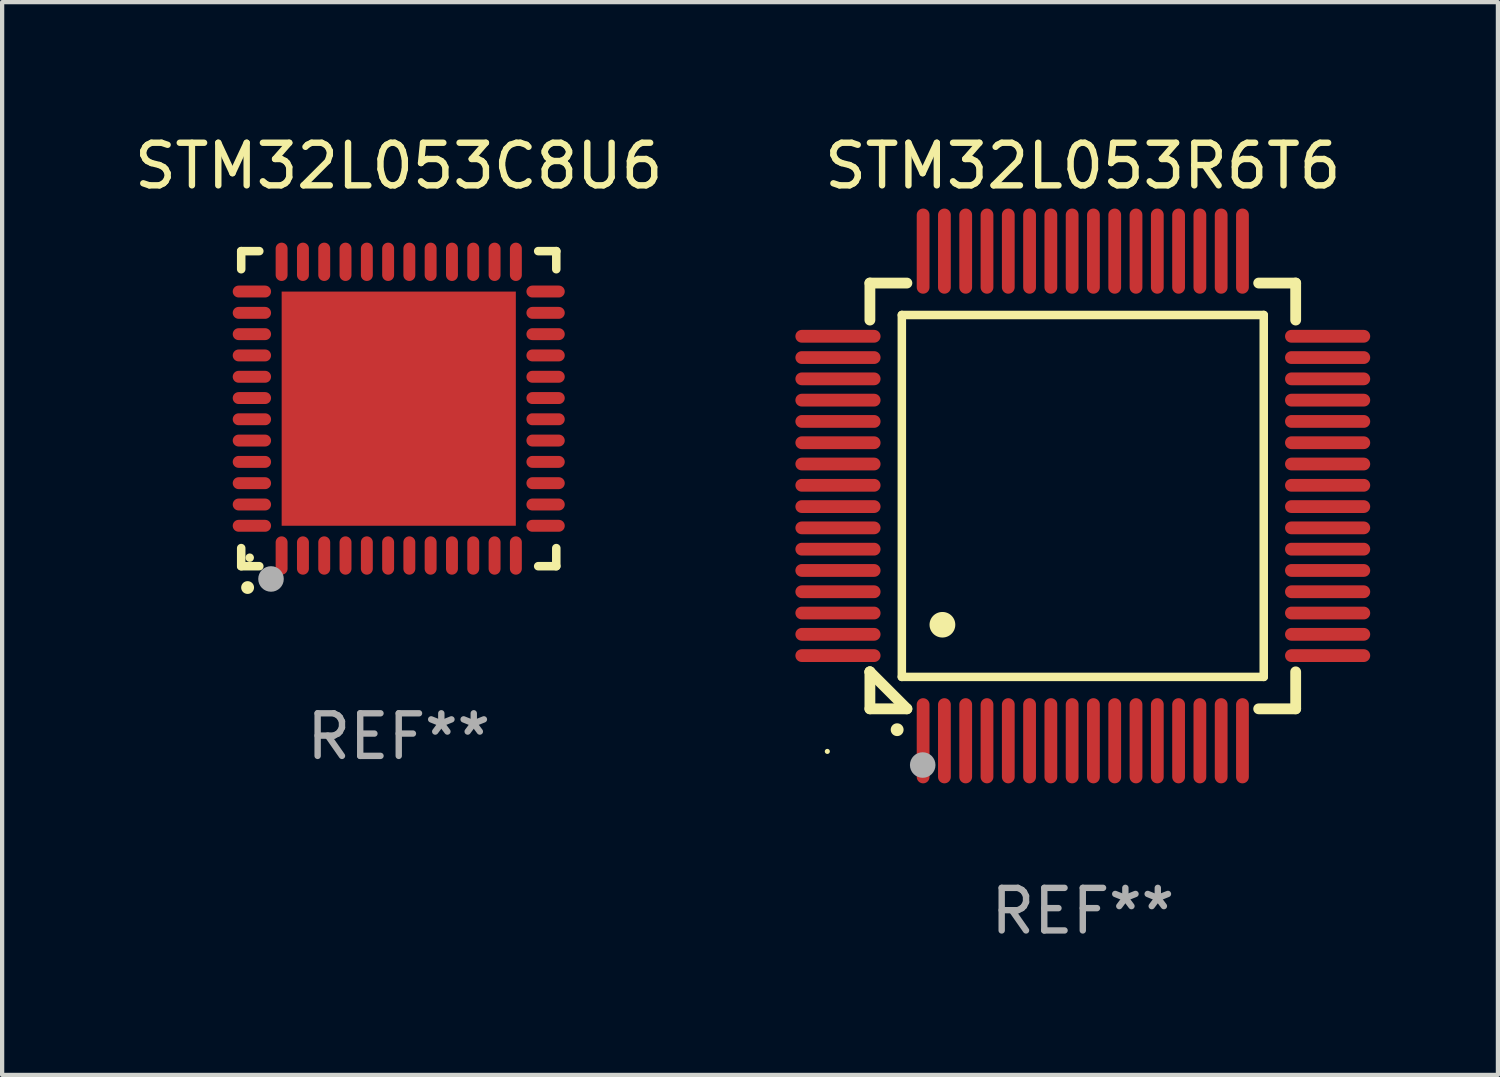
<source format=kicad_pcb>
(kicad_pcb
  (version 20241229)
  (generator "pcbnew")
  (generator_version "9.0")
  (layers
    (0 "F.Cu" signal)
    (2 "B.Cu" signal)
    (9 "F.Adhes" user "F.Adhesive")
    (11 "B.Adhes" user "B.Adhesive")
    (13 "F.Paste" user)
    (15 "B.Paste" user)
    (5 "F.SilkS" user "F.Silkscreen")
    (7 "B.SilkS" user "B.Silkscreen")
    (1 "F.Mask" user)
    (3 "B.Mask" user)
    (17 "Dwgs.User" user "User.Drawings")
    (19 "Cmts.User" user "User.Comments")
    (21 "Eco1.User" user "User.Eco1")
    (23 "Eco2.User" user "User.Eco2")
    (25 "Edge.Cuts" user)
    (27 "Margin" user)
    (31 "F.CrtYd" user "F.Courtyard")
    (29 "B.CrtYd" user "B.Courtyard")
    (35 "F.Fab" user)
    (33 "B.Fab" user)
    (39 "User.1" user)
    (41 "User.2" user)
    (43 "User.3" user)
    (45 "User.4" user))
  (footprint "STM32L053R6T6"
    (layer "F.Cu")
    (at 22.381 8.598)
    (property "Reference" "STM32L053R6T6" (at 0 -7.75 0) (layer "F.SilkS") (effects (font (size 1 1) (thickness 0.15))))
    (attr through_hole)
    (fp_line (start -5 -5) (end -4.131 -5) (stroke (width 0.254) (type solid)) (layer "F.SilkS"))
    (fp_line (start -5 -4.131) (end -5 -5) (stroke (width 0.254) (type solid)) (layer "F.SilkS"))
    (fp_line (start -5 4.131) (end -5 4.131) (stroke (width 0.254) (type solid)) (layer "F.SilkS"))
    (fp_line (start -5 5) (end -5 4.131) (stroke (width 0.254) (type solid)) (layer "F.SilkS"))
    (fp_line (start -5 4.131) (end -4.131 5) (stroke (width 0.254) (type solid)) (layer "F.SilkS"))
    (fp_line (start -4.25 -4.25) (end -4.25 4.25) (stroke (width 0.2) (type solid)) (layer "F.SilkS"))
    (fp_line (start -4.25 4.25) (end 4.25 4.25) (stroke (width 0.2) (type solid)) (layer "F.SilkS"))
    (fp_line (start -4.131 5) (end -5 5) (stroke (width 0.254) (type solid)) (layer "F.SilkS"))
    (fp_line (start 4.25 -4.25) (end -4.25 -4.25) (stroke (width 0.2) (type solid)) (layer "F.SilkS"))
    (fp_line (start 4.25 4.25) (end 4.25 -4.25) (stroke (width 0.2) (type solid)) (layer "F.SilkS"))
    (fp_line (start 5 -5) (end 4.131 -5) (stroke (width 0.254) (type solid)) (layer "F.SilkS"))
    (fp_line (start 5 -5) (end 5 -4.131) (stroke (width 0.254) (type solid)) (layer "F.SilkS"))
    (fp_line (start 5 4.131) (end 5 5) (stroke (width 0.254) (type solid)) (layer "F.SilkS"))
    (fp_line (start 5 5) (end 4.131 5) (stroke (width 0.254) (type solid)) (layer "F.SilkS"))
    (fp_arc (start -4.361265 5.489992) (mid -4.359995 5.489987) (end -4.358725 5.489992) (stroke (width 0.3) (type solid)) (layer "F.SilkS"))
    (fp_arc (start -3.299467 3.025146) (mid -3.296927 3.025135) (end -3.294387 3.025146) (stroke (width 0.6) (type solid)) (layer "F.SilkS"))
    (fp_circle (center -6 6) (end -5.97 6) (stroke (width 0.06) (type solid)) (fill no) (layer "F.SilkS"))
    (fp_circle (center -3.76 6.32) (end -3.61 6.32) (stroke (width 0.3) (type solid)) (fill no) (layer "F.Fab"))
    (fp_text user "REF**" (at 0 9.75 0) (layer "F.Fab") (effects (font (size 1 1) (thickness 0.15))))
    (pad "1" smd oval (at -3.75 5.75) (size 0.3 2) (layers "F.Cu" "F.Mask" "F.Paste"))
    (pad "2" smd oval (at -3.25 5.75) (size 0.3 2) (layers "F.Cu" "F.Mask" "F.Paste"))
    (pad "3" smd oval (at -2.75 5.75) (size 0.3 2) (layers "F.Cu" "F.Mask" "F.Paste"))
    (pad "4" smd oval (at -2.25 5.75) (size 0.3 2) (layers "F.Cu" "F.Mask" "F.Paste"))
    (pad "5" smd oval (at -1.75 5.75) (size 0.3 2) (layers "F.Cu" "F.Mask" "F.Paste"))
    (pad "6" smd oval (at -1.25 5.75) (size 0.3 2) (layers "F.Cu" "F.Mask" "F.Paste"))
    (pad "7" smd oval (at -0.75 5.75) (size 0.3 2) (layers "F.Cu" "F.Mask" "F.Paste"))
    (pad "8" smd oval (at -0.25 5.75) (size 0.3 2) (layers "F.Cu" "F.Mask" "F.Paste"))
    (pad "9" smd oval (at 0.25 5.75) (size 0.3 2) (layers "F.Cu" "F.Mask" "F.Paste"))
    (pad "10" smd oval (at 0.75 5.75) (size 0.3 2) (layers "F.Cu" "F.Mask" "F.Paste"))
    (pad "11" smd oval (at 1.25 5.75) (size 0.3 2) (layers "F.Cu" "F.Mask" "F.Paste"))
    (pad "12" smd oval (at 1.75 5.75) (size 0.3 2) (layers "F.Cu" "F.Mask" "F.Paste"))
    (pad "13" smd oval (at 2.25 5.75) (size 0.3 2) (layers "F.Cu" "F.Mask" "F.Paste"))
    (pad "14" smd oval (at 2.75 5.75) (size 0.3 2) (layers "F.Cu" "F.Mask" "F.Paste"))
    (pad "15" smd oval (at 3.25 5.75) (size 0.3 2) (layers "F.Cu" "F.Mask" "F.Paste"))
    (pad "16" smd oval (at 3.75 5.75) (size 0.3 2) (layers "F.Cu" "F.Mask" "F.Paste"))
    (pad "17" smd oval (at 5.75 3.75) (size 2 0.3) (layers "F.Cu" "F.Mask" "F.Paste"))
    (pad "18" smd oval (at 5.75 3.25) (size 2 0.3) (layers "F.Cu" "F.Mask" "F.Paste"))
    (pad "19" smd oval (at 5.75 2.75) (size 2 0.3) (layers "F.Cu" "F.Mask" "F.Paste"))
    (pad "20" smd oval (at 5.75 2.25) (size 2 0.3) (layers "F.Cu" "F.Mask" "F.Paste"))
    (pad "21" smd oval (at 5.75 1.75) (size 2 0.3) (layers "F.Cu" "F.Mask" "F.Paste"))
    (pad "22" smd oval (at 5.75 1.25) (size 2 0.3) (layers "F.Cu" "F.Mask" "F.Paste"))
    (pad "23" smd oval (at 5.75 0.75) (size 2 0.3) (layers "F.Cu" "F.Mask" "F.Paste"))
    (pad "24" smd oval (at 5.75 0.25) (size 2 0.3) (layers "F.Cu" "F.Mask" "F.Paste"))
    (pad "25" smd oval (at 5.75 -0.25) (size 2 0.3) (layers "F.Cu" "F.Mask" "F.Paste"))
    (pad "26" smd oval (at 5.75 -0.75) (size 2 0.3) (layers "F.Cu" "F.Mask" "F.Paste"))
    (pad "27" smd oval (at 5.75 -1.25) (size 2 0.3) (layers "F.Cu" "F.Mask" "F.Paste"))
    (pad "28" smd oval (at 5.75 -1.75) (size 2 0.3) (layers "F.Cu" "F.Mask" "F.Paste"))
    (pad "29" smd oval (at 5.75 -2.25) (size 2 0.3) (layers "F.Cu" "F.Mask" "F.Paste"))
    (pad "30" smd oval (at 5.75 -2.75) (size 2 0.3) (layers "F.Cu" "F.Mask" "F.Paste"))
    (pad "31" smd oval (at 5.75 -3.25) (size 2 0.3) (layers "F.Cu" "F.Mask" "F.Paste"))
    (pad "32" smd oval (at 5.75 -3.75) (size 2 0.3) (layers "F.Cu" "F.Mask" "F.Paste"))
    (pad "33" smd oval (at 3.75 -5.75) (size 0.3 2) (layers "F.Cu" "F.Mask" "F.Paste"))
    (pad "34" smd oval (at 3.25 -5.75) (size 0.3 2) (layers "F.Cu" "F.Mask" "F.Paste"))
    (pad "35" smd oval (at 2.75 -5.75) (size 0.3 2) (layers "F.Cu" "F.Mask" "F.Paste"))
    (pad "36" smd oval (at 2.25 -5.75) (size 0.3 2) (layers "F.Cu" "F.Mask" "F.Paste"))
    (pad "37" smd oval (at 1.75 -5.75) (size 0.3 2) (layers "F.Cu" "F.Mask" "F.Paste"))
    (pad "38" smd oval (at 1.25 -5.75) (size 0.3 2) (layers "F.Cu" "F.Mask" "F.Paste"))
    (pad "39" smd oval (at 0.75 -5.75) (size 0.3 2) (layers "F.Cu" "F.Mask" "F.Paste"))
    (pad "40" smd oval (at 0.25 -5.75) (size 0.3 2) (layers "F.Cu" "F.Mask" "F.Paste"))
    (pad "41" smd oval (at -0.25 -5.75) (size 0.3 2) (layers "F.Cu" "F.Mask" "F.Paste"))
    (pad "42" smd oval (at -0.75 -5.75) (size 0.3 2) (layers "F.Cu" "F.Mask" "F.Paste"))
    (pad "43" smd oval (at -1.25 -5.75) (size 0.3 2) (layers "F.Cu" "F.Mask" "F.Paste"))
    (pad "44" smd oval (at -1.75 -5.75) (size 0.3 2) (layers "F.Cu" "F.Mask" "F.Paste"))
    (pad "45" smd oval (at -2.25 -5.75) (size 0.3 2) (layers "F.Cu" "F.Mask" "F.Paste"))
    (pad "46" smd oval (at -2.75 -5.75) (size 0.3 2) (layers "F.Cu" "F.Mask" "F.Paste"))
    (pad "47" smd oval (at -3.25 -5.75) (size 0.3 2) (layers "F.Cu" "F.Mask" "F.Paste"))
    (pad "48" smd oval (at -3.75 -5.75) (size 0.3 2) (layers "F.Cu" "F.Mask" "F.Paste"))
    (pad "49" smd oval (at -5.75 -3.75) (size 2 0.3) (layers "F.Cu" "F.Mask" "F.Paste"))
    (pad "50" smd oval (at -5.75 -3.25) (size 2 0.3) (layers "F.Cu" "F.Mask" "F.Paste"))
    (pad "51" smd oval (at -5.75 -2.75) (size 2 0.3) (layers "F.Cu" "F.Mask" "F.Paste"))
    (pad "52" smd oval (at -5.75 -2.25) (size 2 0.3) (layers "F.Cu" "F.Mask" "F.Paste"))
    (pad "53" smd oval (at -5.75 -1.75) (size 2 0.3) (layers "F.Cu" "F.Mask" "F.Paste"))
    (pad "54" smd oval (at -5.75 -1.25) (size 2 0.3) (layers "F.Cu" "F.Mask" "F.Paste"))
    (pad "55" smd oval (at -5.75 -0.75) (size 2 0.3) (layers "F.Cu" "F.Mask" "F.Paste"))
    (pad "56" smd oval (at -5.75 -0.25) (size 2 0.3) (layers "F.Cu" "F.Mask" "F.Paste"))
    (pad "57" smd oval (at -5.75 0.25) (size 2 0.3) (layers "F.Cu" "F.Mask" "F.Paste"))
    (pad "58" smd oval (at -5.75 0.75) (size 2 0.3) (layers "F.Cu" "F.Mask" "F.Paste"))
    (pad "59" smd oval (at -5.75 1.25) (size 2 0.3) (layers "F.Cu" "F.Mask" "F.Paste"))
    (pad "60" smd oval (at -5.75 1.75) (size 2 0.3) (layers "F.Cu" "F.Mask" "F.Paste"))
    (pad "61" smd oval (at -5.75 2.25) (size 2 0.3) (layers "F.Cu" "F.Mask" "F.Paste"))
    (pad "62" smd oval (at -5.75 2.75) (size 2 0.3) (layers "F.Cu" "F.Mask" "F.Paste"))
    (pad "63" smd oval (at -5.75 3.25) (size 2 0.3) (layers "F.Cu" "F.Mask" "F.Paste"))
    (pad "64" smd oval (at -5.75 3.75) (size 2 0.3) (layers "F.Cu" "F.Mask" "F.Paste")))
  (footprint "STM32L053C8U6"
    (layer "F.Cu")
    (at 6.315 6.548)
    (property "Reference" "STM32L053C8U6" (at 0 -5.7 0) (layer "F.SilkS") (effects (font (size 1 1) (thickness 0.15))))
    (attr through_hole)
    (fp_line (start -3.7 -3.7) (end -3.275 -3.7) (stroke (width 0.2) (type solid)) (layer "F.SilkS"))
    (fp_line (start -3.7 -3.275) (end -3.7 -3.7) (stroke (width 0.2) (type solid)) (layer "F.SilkS"))
    (fp_line (start -3.7 3.7) (end -3.7 3.275) (stroke (width 0.2) (type solid)) (layer "F.SilkS"))
    (fp_line (start -3.275 3.7) (end -3.7 3.7) (stroke (width 0.2) (type solid)) (layer "F.SilkS"))
    (fp_line (start 3.7 -3.7) (end 3.275 -3.7) (stroke (width 0.2) (type solid)) (layer "F.SilkS"))
    (fp_line (start 3.7 -3.275) (end 3.7 -3.7) (stroke (width 0.2) (type solid)) (layer "F.SilkS"))
    (fp_line (start 3.7 3.275) (end 3.7 3.7) (stroke (width 0.2) (type solid)) (layer "F.SilkS"))
    (fp_line (start 3.7 3.7) (end 3.275 3.7) (stroke (width 0.2) (type solid)) (layer "F.SilkS"))
    (fp_arc (start -3.550927 4.201168) (mid -3.549657 4.201163) (end -3.548387 4.201168) (stroke (width 0.3) (type solid)) (layer "F.SilkS"))
    (fp_circle (center -3.5 3.5) (end -3.45 3.5) (stroke (width 0.1) (type solid)) (fill no) (layer "F.SilkS"))
    (fp_circle (center -3 4) (end -2.85 4) (stroke (width 0.3) (type solid)) (fill no) (layer "F.Fab"))
    (fp_text user "REF**" (at 0 7.7 0) (layer "F.Fab") (effects (font (size 1 1) (thickness 0.15))))
    (pad "1" smd oval (at -2.751 3.449) (size 0.28 0.9) (layers "F.Cu" "F.Mask" "F.Paste"))
    (pad "2" smd oval (at -2.25 3.449) (size 0.28 0.9) (layers "F.Cu" "F.Mask" "F.Paste"))
    (pad "3" smd oval (at -1.75 3.449) (size 0.28 0.9) (layers "F.Cu" "F.Mask" "F.Paste"))
    (pad "4" smd oval (at -1.25 3.449) (size 0.28 0.9) (layers "F.Cu" "F.Mask" "F.Paste"))
    (pad "5" smd oval (at -0.749 3.449) (size 0.28 0.9) (layers "F.Cu" "F.Mask" "F.Paste"))
    (pad "6" smd oval (at -0.249 3.449) (size 0.28 0.9) (layers "F.Cu" "F.Mask" "F.Paste"))
    (pad "7" smd oval (at 0.249 3.449) (size 0.28 0.9) (layers "F.Cu" "F.Mask" "F.Paste"))
    (pad "8" smd oval (at 0.749 3.449) (size 0.28 0.9) (layers "F.Cu" "F.Mask" "F.Paste"))
    (pad "9" smd oval (at 1.25 3.449) (size 0.28 0.9) (layers "F.Cu" "F.Mask" "F.Paste"))
    (pad "10" smd oval (at 1.75 3.449) (size 0.28 0.9) (layers "F.Cu" "F.Mask" "F.Paste"))
    (pad "11" smd oval (at 2.251 3.449) (size 0.28 0.9) (layers "F.Cu" "F.Mask" "F.Paste"))
    (pad "12" smd oval (at 2.751 3.449) (size 0.28 0.9) (layers "F.Cu" "F.Mask" "F.Paste"))
    (pad "13" smd oval (at 3.449 2.751) (size 0.9 0.28) (layers "F.Cu" "F.Mask" "F.Paste"))
    (pad "14" smd oval (at 3.449 2.251) (size 0.9 0.28) (layers "F.Cu" "F.Mask" "F.Paste"))
    (pad "15" smd oval (at 3.449 1.75) (size 0.9 0.28) (layers "F.Cu" "F.Mask" "F.Paste"))
    (pad "16" smd oval (at 3.449 1.25) (size 0.9 0.28) (layers "F.Cu" "F.Mask" "F.Paste"))
    (pad "17" smd oval (at 3.449 0.749) (size 0.9 0.28) (layers "F.Cu" "F.Mask" "F.Paste"))
    (pad "18" smd oval (at 3.449 0.249) (size 0.9 0.28) (layers "F.Cu" "F.Mask" "F.Paste"))
    (pad "19" smd oval (at 3.449 -0.249) (size 0.9 0.28) (layers "F.Cu" "F.Mask" "F.Paste"))
    (pad "20" smd oval (at 3.449 -0.749) (size 0.9 0.28) (layers "F.Cu" "F.Mask" "F.Paste"))
    (pad "21" smd oval (at 3.449 -1.25) (size 0.9 0.28) (layers "F.Cu" "F.Mask" "F.Paste"))
    (pad "22" smd oval (at 3.449 -1.75) (size 0.9 0.28) (layers "F.Cu" "F.Mask" "F.Paste"))
    (pad "23" smd oval (at 3.449 -2.25) (size 0.9 0.28) (layers "F.Cu" "F.Mask" "F.Paste"))
    (pad "24" smd oval (at 3.449 -2.751) (size 0.9 0.28) (layers "F.Cu" "F.Mask" "F.Paste"))
    (pad "25" smd oval (at 2.751 -3.449) (size 0.28 0.9) (layers "F.Cu" "F.Mask" "F.Paste"))
    (pad "26" smd oval (at 2.251 -3.449) (size 0.28 0.9) (layers "F.Cu" "F.Mask" "F.Paste"))
    (pad "27" smd oval (at 1.75 -3.449) (size 0.28 0.9) (layers "F.Cu" "F.Mask" "F.Paste"))
    (pad "28" smd oval (at 1.25 -3.449) (size 0.28 0.9) (layers "F.Cu" "F.Mask" "F.Paste"))
    (pad "29" smd oval (at 0.749 -3.449) (size 0.28 0.9) (layers "F.Cu" "F.Mask" "F.Paste"))
    (pad "30" smd oval (at 0.249 -3.449) (size 0.28 0.9) (layers "F.Cu" "F.Mask" "F.Paste"))
    (pad "31" smd oval (at -0.249 -3.449) (size 0.28 0.9) (layers "F.Cu" "F.Mask" "F.Paste"))
    (pad "32" smd oval (at -0.749 -3.449) (size 0.28 0.9) (layers "F.Cu" "F.Mask" "F.Paste"))
    (pad "33" smd oval (at -1.25 -3.449) (size 0.28 0.9) (layers "F.Cu" "F.Mask" "F.Paste"))
    (pad "34" smd oval (at -1.75 -3.449) (size 0.28 0.9) (layers "F.Cu" "F.Mask" "F.Paste"))
    (pad "35" smd oval (at -2.25 -3.449) (size 0.28 0.9) (layers "F.Cu" "F.Mask" "F.Paste"))
    (pad "36" smd oval (at -2.751 -3.449) (size 0.28 0.9) (layers "F.Cu" "F.Mask" "F.Paste"))
    (pad "37" smd oval (at -3.449 -2.751) (size 0.9 0.28) (layers "F.Cu" "F.Mask" "F.Paste"))
    (pad "38" smd oval (at -3.449 -2.25) (size 0.9 0.28) (layers "F.Cu" "F.Mask" "F.Paste"))
    (pad "39" smd oval (at -3.449 -1.75) (size 0.9 0.28) (layers "F.Cu" "F.Mask" "F.Paste"))
    (pad "40" smd oval (at -3.449 -1.25) (size 0.9 0.28) (layers "F.Cu" "F.Mask" "F.Paste"))
    (pad "41" smd oval (at -3.449 -0.749) (size 0.9 0.28) (layers "F.Cu" "F.Mask" "F.Paste"))
    (pad "42" smd oval (at -3.449 -0.249) (size 0.9 0.28) (layers "F.Cu" "F.Mask" "F.Paste"))
    (pad "43" smd oval (at -3.449 0.249) (size 0.9 0.28) (layers "F.Cu" "F.Mask" "F.Paste"))
    (pad "44" smd oval (at -3.449 0.749) (size 0.9 0.28) (layers "F.Cu" "F.Mask" "F.Paste"))
    (pad "45" smd oval (at -3.449 1.25) (size 0.9 0.28) (layers "F.Cu" "F.Mask" "F.Paste"))
    (pad "46" smd oval (at -3.449 1.75) (size 0.9 0.28) (layers "F.Cu" "F.Mask" "F.Paste"))
    (pad "47" smd oval (at -3.449 2.251) (size 0.9 0.28) (layers "F.Cu" "F.Mask" "F.Paste"))
    (pad "48" smd oval (at -3.449 2.751) (size 0.9 0.28) (layers "F.Cu" "F.Mask" "F.Paste"))
    (pad "49" smd rect (at 0.000076 0.000076) (size 5.5 5.5) (layers "F.Cu" "F.Mask" "F.Paste")))
  (gr_rect
    (start -3 -3)
    (end 32.131 22.196)
    (stroke (width 0.1) (type default))
    (fill no)
    (layer "Edge.Cuts")))
</source>
